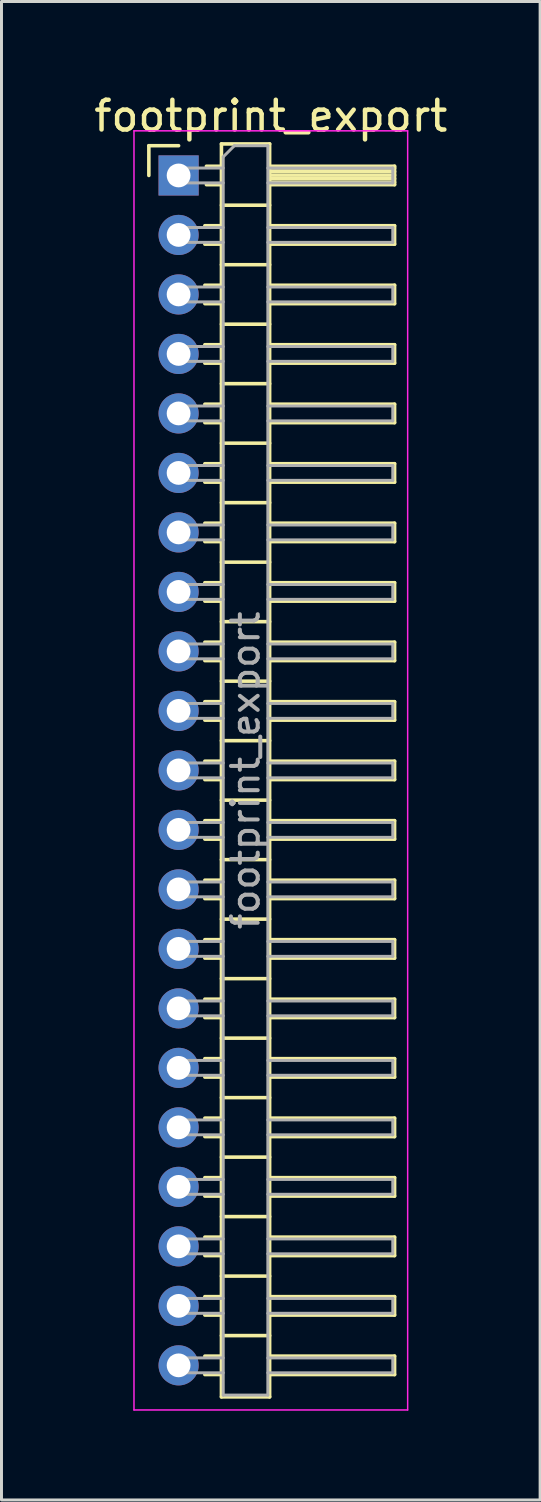
<source format=kicad_pcb>
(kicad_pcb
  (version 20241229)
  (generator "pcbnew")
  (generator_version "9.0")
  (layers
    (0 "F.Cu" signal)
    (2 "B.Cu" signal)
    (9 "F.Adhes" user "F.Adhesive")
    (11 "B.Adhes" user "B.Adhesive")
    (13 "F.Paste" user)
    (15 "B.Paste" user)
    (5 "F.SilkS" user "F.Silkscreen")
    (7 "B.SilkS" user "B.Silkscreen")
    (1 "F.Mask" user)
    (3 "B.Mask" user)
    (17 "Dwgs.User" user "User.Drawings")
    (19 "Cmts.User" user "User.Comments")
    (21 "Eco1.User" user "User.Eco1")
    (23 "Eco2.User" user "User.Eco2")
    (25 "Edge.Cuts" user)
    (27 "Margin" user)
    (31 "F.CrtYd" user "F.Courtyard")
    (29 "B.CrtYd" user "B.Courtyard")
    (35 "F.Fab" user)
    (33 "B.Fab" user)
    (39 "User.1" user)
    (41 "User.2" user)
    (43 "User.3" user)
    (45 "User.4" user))
  (footprint "footprint_export"
    (layer "F.Cu")
    (at 2.954 2.848)
    (property "Reference" "footprint_export" (at 3.1 -2 0) (layer "F.SilkS") (effects (font (size 1 1) (thickness 0.15))))
    (attr through_hole)
    (fp_line (start -1 -1) (end 0 -1) (stroke (width 0.12) (type solid)) (layer "F.SilkS"))
    (fp_line (start -1 0) (end -1 -1) (stroke (width 0.12) (type solid)) (layer "F.SilkS"))
    (fp_line (start 0.882 1.69) (end 1.44 1.69) (stroke (width 0.12) (type solid)) (layer "F.SilkS"))
    (fp_line (start 0.882 2.31) (end 1.44 2.31) (stroke (width 0.12) (type solid)) (layer "F.SilkS"))
    (fp_line (start 0.882 3.69) (end 1.44 3.69) (stroke (width 0.12) (type solid)) (layer "F.SilkS"))
    (fp_line (start 0.882 4.31) (end 1.44 4.31) (stroke (width 0.12) (type solid)) (layer "F.SilkS"))
    (fp_line (start 0.882 5.69) (end 1.44 5.69) (stroke (width 0.12) (type solid)) (layer "F.SilkS"))
    (fp_line (start 0.882 6.31) (end 1.44 6.31) (stroke (width 0.12) (type solid)) (layer "F.SilkS"))
    (fp_line (start 0.882 7.69) (end 1.44 7.69) (stroke (width 0.12) (type solid)) (layer "F.SilkS"))
    (fp_line (start 0.882 8.31) (end 1.44 8.31) (stroke (width 0.12) (type solid)) (layer "F.SilkS"))
    (fp_line (start 0.882 9.69) (end 1.44 9.69) (stroke (width 0.12) (type solid)) (layer "F.SilkS"))
    (fp_line (start 0.882 10.31) (end 1.44 10.31) (stroke (width 0.12) (type solid)) (layer "F.SilkS"))
    (fp_line (start 0.882 11.69) (end 1.44 11.69) (stroke (width 0.12) (type solid)) (layer "F.SilkS"))
    (fp_line (start 0.882 12.31) (end 1.44 12.31) (stroke (width 0.12) (type solid)) (layer "F.SilkS"))
    (fp_line (start 0.882 13.69) (end 1.44 13.69) (stroke (width 0.12) (type solid)) (layer "F.SilkS"))
    (fp_line (start 0.882 14.31) (end 1.44 14.31) (stroke (width 0.12) (type solid)) (layer "F.SilkS"))
    (fp_line (start 0.882 15.69) (end 1.44 15.69) (stroke (width 0.12) (type solid)) (layer "F.SilkS"))
    (fp_line (start 0.882 16.31) (end 1.44 16.31) (stroke (width 0.12) (type solid)) (layer "F.SilkS"))
    (fp_line (start 0.882 17.69) (end 1.44 17.69) (stroke (width 0.12) (type solid)) (layer "F.SilkS"))
    (fp_line (start 0.882 18.31) (end 1.44 18.31) (stroke (width 0.12) (type solid)) (layer "F.SilkS"))
    (fp_line (start 0.882 19.69) (end 1.44 19.69) (stroke (width 0.12) (type solid)) (layer "F.SilkS"))
    (fp_line (start 0.882 20.31) (end 1.44 20.31) (stroke (width 0.12) (type solid)) (layer "F.SilkS"))
    (fp_line (start 0.882 21.69) (end 1.44 21.69) (stroke (width 0.12) (type solid)) (layer "F.SilkS"))
    (fp_line (start 0.882 22.31) (end 1.44 22.31) (stroke (width 0.12) (type solid)) (layer "F.SilkS"))
    (fp_line (start 0.882 23.69) (end 1.44 23.69) (stroke (width 0.12) (type solid)) (layer "F.SilkS"))
    (fp_line (start 0.882 24.31) (end 1.44 24.31) (stroke (width 0.12) (type solid)) (layer "F.SilkS"))
    (fp_line (start 0.882 25.69) (end 1.44 25.69) (stroke (width 0.12) (type solid)) (layer "F.SilkS"))
    (fp_line (start 0.882 26.31) (end 1.44 26.31) (stroke (width 0.12) (type solid)) (layer "F.SilkS"))
    (fp_line (start 0.882 27.69) (end 1.44 27.69) (stroke (width 0.12) (type solid)) (layer "F.SilkS"))
    (fp_line (start 0.882 28.31) (end 1.44 28.31) (stroke (width 0.12) (type solid)) (layer "F.SilkS"))
    (fp_line (start 0.882 29.69) (end 1.44 29.69) (stroke (width 0.12) (type solid)) (layer "F.SilkS"))
    (fp_line (start 0.882 30.31) (end 1.44 30.31) (stroke (width 0.12) (type solid)) (layer "F.SilkS"))
    (fp_line (start 0.882 31.69) (end 1.44 31.69) (stroke (width 0.12) (type solid)) (layer "F.SilkS"))
    (fp_line (start 0.882 32.31) (end 1.44 32.31) (stroke (width 0.12) (type solid)) (layer "F.SilkS"))
    (fp_line (start 0.882 33.69) (end 1.44 33.69) (stroke (width 0.12) (type solid)) (layer "F.SilkS"))
    (fp_line (start 0.882 34.31) (end 1.44 34.31) (stroke (width 0.12) (type solid)) (layer "F.SilkS"))
    (fp_line (start 0.882 35.69) (end 1.44 35.69) (stroke (width 0.12) (type solid)) (layer "F.SilkS"))
    (fp_line (start 0.882 36.31) (end 1.44 36.31) (stroke (width 0.12) (type solid)) (layer "F.SilkS"))
    (fp_line (start 0.882 37.69) (end 1.44 37.69) (stroke (width 0.12) (type solid)) (layer "F.SilkS"))
    (fp_line (start 0.882 38.31) (end 1.44 38.31) (stroke (width 0.12) (type solid)) (layer "F.SilkS"))
    (fp_line (start 0.882 39.69) (end 1.44 39.69) (stroke (width 0.12) (type solid)) (layer "F.SilkS"))
    (fp_line (start 0.882 40.31) (end 1.44 40.31) (stroke (width 0.12) (type solid)) (layer "F.SilkS"))
    (fp_line (start 0.935 -0.31) (end 1.44 -0.31) (stroke (width 0.12) (type solid)) (layer "F.SilkS"))
    (fp_line (start 0.935 0.31) (end 1.44 0.31) (stroke (width 0.12) (type solid)) (layer "F.SilkS"))
    (fp_line (start 1.44 -1.06) (end 1.44 41.06) (stroke (width 0.12) (type solid)) (layer "F.SilkS"))
    (fp_line (start 1.44 1) (end 3.06 1) (stroke (width 0.12) (type solid)) (layer "F.SilkS"))
    (fp_line (start 1.44 3) (end 3.06 3) (stroke (width 0.12) (type solid)) (layer "F.SilkS"))
    (fp_line (start 1.44 5) (end 3.06 5) (stroke (width 0.12) (type solid)) (layer "F.SilkS"))
    (fp_line (start 1.44 7) (end 3.06 7) (stroke (width 0.12) (type solid)) (layer "F.SilkS"))
    (fp_line (start 1.44 9) (end 3.06 9) (stroke (width 0.12) (type solid)) (layer "F.SilkS"))
    (fp_line (start 1.44 11) (end 3.06 11) (stroke (width 0.12) (type solid)) (layer "F.SilkS"))
    (fp_line (start 1.44 13) (end 3.06 13) (stroke (width 0.12) (type solid)) (layer "F.SilkS"))
    (fp_line (start 1.44 15) (end 3.06 15) (stroke (width 0.12) (type solid)) (layer "F.SilkS"))
    (fp_line (start 1.44 17) (end 3.06 17) (stroke (width 0.12) (type solid)) (layer "F.SilkS"))
    (fp_line (start 1.44 19) (end 3.06 19) (stroke (width 0.12) (type solid)) (layer "F.SilkS"))
    (fp_line (start 1.44 21) (end 3.06 21) (stroke (width 0.12) (type solid)) (layer "F.SilkS"))
    (fp_line (start 1.44 23) (end 3.06 23) (stroke (width 0.12) (type solid)) (layer "F.SilkS"))
    (fp_line (start 1.44 25) (end 3.06 25) (stroke (width 0.12) (type solid)) (layer "F.SilkS"))
    (fp_line (start 1.44 27) (end 3.06 27) (stroke (width 0.12) (type solid)) (layer "F.SilkS"))
    (fp_line (start 1.44 29) (end 3.06 29) (stroke (width 0.12) (type solid)) (layer "F.SilkS"))
    (fp_line (start 1.44 31) (end 3.06 31) (stroke (width 0.12) (type solid)) (layer "F.SilkS"))
    (fp_line (start 1.44 33) (end 3.06 33) (stroke (width 0.12) (type solid)) (layer "F.SilkS"))
    (fp_line (start 1.44 35) (end 3.06 35) (stroke (width 0.12) (type solid)) (layer "F.SilkS"))
    (fp_line (start 1.44 37) (end 3.06 37) (stroke (width 0.12) (type solid)) (layer "F.SilkS"))
    (fp_line (start 1.44 39) (end 3.06 39) (stroke (width 0.12) (type solid)) (layer "F.SilkS"))
    (fp_line (start 1.44 41.06) (end 3.06 41.06) (stroke (width 0.12) (type solid)) (layer "F.SilkS"))
    (fp_line (start 3.06 -1.06) (end 1.44 -1.06) (stroke (width 0.12) (type solid)) (layer "F.SilkS"))
    (fp_line (start 3.06 -0.31) (end 7.26 -0.31) (stroke (width 0.12) (type solid)) (layer "F.SilkS"))
    (fp_line (start 3.06 -0.25) (end 7.26 -0.25) (stroke (width 0.12) (type solid)) (layer "F.SilkS"))
    (fp_line (start 3.06 -0.13) (end 7.26 -0.13) (stroke (width 0.12) (type solid)) (layer "F.SilkS"))
    (fp_line (start 3.06 -0.01) (end 7.26 -0.01) (stroke (width 0.12) (type solid)) (layer "F.SilkS"))
    (fp_line (start 3.06 0.11) (end 7.26 0.11) (stroke (width 0.12) (type solid)) (layer "F.SilkS"))
    (fp_line (start 3.06 0.23) (end 7.26 0.23) (stroke (width 0.12) (type solid)) (layer "F.SilkS"))
    (fp_line (start 3.06 1.69) (end 7.26 1.69) (stroke (width 0.12) (type solid)) (layer "F.SilkS"))
    (fp_line (start 3.06 3.69) (end 7.26 3.69) (stroke (width 0.12) (type solid)) (layer "F.SilkS"))
    (fp_line (start 3.06 5.69) (end 7.26 5.69) (stroke (width 0.12) (type solid)) (layer "F.SilkS"))
    (fp_line (start 3.06 7.69) (end 7.26 7.69) (stroke (width 0.12) (type solid)) (layer "F.SilkS"))
    (fp_line (start 3.06 9.69) (end 7.26 9.69) (stroke (width 0.12) (type solid)) (layer "F.SilkS"))
    (fp_line (start 3.06 11.69) (end 7.26 11.69) (stroke (width 0.12) (type solid)) (layer "F.SilkS"))
    (fp_line (start 3.06 13.69) (end 7.26 13.69) (stroke (width 0.12) (type solid)) (layer "F.SilkS"))
    (fp_line (start 3.06 15.69) (end 7.26 15.69) (stroke (width 0.12) (type solid)) (layer "F.SilkS"))
    (fp_line (start 3.06 17.69) (end 7.26 17.69) (stroke (width 0.12) (type solid)) (layer "F.SilkS"))
    (fp_line (start 3.06 19.69) (end 7.26 19.69) (stroke (width 0.12) (type solid)) (layer "F.SilkS"))
    (fp_line (start 3.06 21.69) (end 7.26 21.69) (stroke (width 0.12) (type solid)) (layer "F.SilkS"))
    (fp_line (start 3.06 23.69) (end 7.26 23.69) (stroke (width 0.12) (type solid)) (layer "F.SilkS"))
    (fp_line (start 3.06 25.69) (end 7.26 25.69) (stroke (width 0.12) (type solid)) (layer "F.SilkS"))
    (fp_line (start 3.06 27.69) (end 7.26 27.69) (stroke (width 0.12) (type solid)) (layer "F.SilkS"))
    (fp_line (start 3.06 29.69) (end 7.26 29.69) (stroke (width 0.12) (type solid)) (layer "F.SilkS"))
    (fp_line (start 3.06 31.69) (end 7.26 31.69) (stroke (width 0.12) (type solid)) (layer "F.SilkS"))
    (fp_line (start 3.06 33.69) (end 7.26 33.69) (stroke (width 0.12) (type solid)) (layer "F.SilkS"))
    (fp_line (start 3.06 35.69) (end 7.26 35.69) (stroke (width 0.12) (type solid)) (layer "F.SilkS"))
    (fp_line (start 3.06 37.69) (end 7.26 37.69) (stroke (width 0.12) (type solid)) (layer "F.SilkS"))
    (fp_line (start 3.06 39.69) (end 7.26 39.69) (stroke (width 0.12) (type solid)) (layer "F.SilkS"))
    (fp_line (start 3.06 41.06) (end 3.06 -1.06) (stroke (width 0.12) (type solid)) (layer "F.SilkS"))
    (fp_line (start 7.26 -0.31) (end 7.26 0.31) (stroke (width 0.12) (type solid)) (layer "F.SilkS"))
    (fp_line (start 7.26 0.31) (end 3.06 0.31) (stroke (width 0.12) (type solid)) (layer "F.SilkS"))
    (fp_line (start 7.26 1.69) (end 7.26 2.31) (stroke (width 0.12) (type solid)) (layer "F.SilkS"))
    (fp_line (start 7.26 2.31) (end 3.06 2.31) (stroke (width 0.12) (type solid)) (layer "F.SilkS"))
    (fp_line (start 7.26 3.69) (end 7.26 4.31) (stroke (width 0.12) (type solid)) (layer "F.SilkS"))
    (fp_line (start 7.26 4.31) (end 3.06 4.31) (stroke (width 0.12) (type solid)) (layer "F.SilkS"))
    (fp_line (start 7.26 5.69) (end 7.26 6.31) (stroke (width 0.12) (type solid)) (layer "F.SilkS"))
    (fp_line (start 7.26 6.31) (end 3.06 6.31) (stroke (width 0.12) (type solid)) (layer "F.SilkS"))
    (fp_line (start 7.26 7.69) (end 7.26 8.31) (stroke (width 0.12) (type solid)) (layer "F.SilkS"))
    (fp_line (start 7.26 8.31) (end 3.06 8.31) (stroke (width 0.12) (type solid)) (layer "F.SilkS"))
    (fp_line (start 7.26 9.69) (end 7.26 10.31) (stroke (width 0.12) (type solid)) (layer "F.SilkS"))
    (fp_line (start 7.26 10.31) (end 3.06 10.31) (stroke (width 0.12) (type solid)) (layer "F.SilkS"))
    (fp_line (start 7.26 11.69) (end 7.26 12.31) (stroke (width 0.12) (type solid)) (layer "F.SilkS"))
    (fp_line (start 7.26 12.31) (end 3.06 12.31) (stroke (width 0.12) (type solid)) (layer "F.SilkS"))
    (fp_line (start 7.26 13.69) (end 7.26 14.31) (stroke (width 0.12) (type solid)) (layer "F.SilkS"))
    (fp_line (start 7.26 14.31) (end 3.06 14.31) (stroke (width 0.12) (type solid)) (layer "F.SilkS"))
    (fp_line (start 7.26 15.69) (end 7.26 16.31) (stroke (width 0.12) (type solid)) (layer "F.SilkS"))
    (fp_line (start 7.26 16.31) (end 3.06 16.31) (stroke (width 0.12) (type solid)) (layer "F.SilkS"))
    (fp_line (start 7.26 17.69) (end 7.26 18.31) (stroke (width 0.12) (type solid)) (layer "F.SilkS"))
    (fp_line (start 7.26 18.31) (end 3.06 18.31) (stroke (width 0.12) (type solid)) (layer "F.SilkS"))
    (fp_line (start 7.26 19.69) (end 7.26 20.31) (stroke (width 0.12) (type solid)) (layer "F.SilkS"))
    (fp_line (start 7.26 20.31) (end 3.06 20.31) (stroke (width 0.12) (type solid)) (layer "F.SilkS"))
    (fp_line (start 7.26 21.69) (end 7.26 22.31) (stroke (width 0.12) (type solid)) (layer "F.SilkS"))
    (fp_line (start 7.26 22.31) (end 3.06 22.31) (stroke (width 0.12) (type solid)) (layer "F.SilkS"))
    (fp_line (start 7.26 23.69) (end 7.26 24.31) (stroke (width 0.12) (type solid)) (layer "F.SilkS"))
    (fp_line (start 7.26 24.31) (end 3.06 24.31) (stroke (width 0.12) (type solid)) (layer "F.SilkS"))
    (fp_line (start 7.26 25.69) (end 7.26 26.31) (stroke (width 0.12) (type solid)) (layer "F.SilkS"))
    (fp_line (start 7.26 26.31) (end 3.06 26.31) (stroke (width 0.12) (type solid)) (layer "F.SilkS"))
    (fp_line (start 7.26 27.69) (end 7.26 28.31) (stroke (width 0.12) (type solid)) (layer "F.SilkS"))
    (fp_line (start 7.26 28.31) (end 3.06 28.31) (stroke (width 0.12) (type solid)) (layer "F.SilkS"))
    (fp_line (start 7.26 29.69) (end 7.26 30.31) (stroke (width 0.12) (type solid)) (layer "F.SilkS"))
    (fp_line (start 7.26 30.31) (end 3.06 30.31) (stroke (width 0.12) (type solid)) (layer "F.SilkS"))
    (fp_line (start 7.26 31.69) (end 7.26 32.31) (stroke (width 0.12) (type solid)) (layer "F.SilkS"))
    (fp_line (start 7.26 32.31) (end 3.06 32.31) (stroke (width 0.12) (type solid)) (layer "F.SilkS"))
    (fp_line (start 7.26 33.69) (end 7.26 34.31) (stroke (width 0.12) (type solid)) (layer "F.SilkS"))
    (fp_line (start 7.26 34.31) (end 3.06 34.31) (stroke (width 0.12) (type solid)) (layer "F.SilkS"))
    (fp_line (start 7.26 35.69) (end 7.26 36.31) (stroke (width 0.12) (type solid)) (layer "F.SilkS"))
    (fp_line (start 7.26 36.31) (end 3.06 36.31) (stroke (width 0.12) (type solid)) (layer "F.SilkS"))
    (fp_line (start 7.26 37.69) (end 7.26 38.31) (stroke (width 0.12) (type solid)) (layer "F.SilkS"))
    (fp_line (start 7.26 38.31) (end 3.06 38.31) (stroke (width 0.12) (type solid)) (layer "F.SilkS"))
    (fp_line (start 7.26 39.69) (end 7.26 40.31) (stroke (width 0.12) (type solid)) (layer "F.SilkS"))
    (fp_line (start 7.26 40.31) (end 3.06 40.31) (stroke (width 0.12) (type solid)) (layer "F.SilkS"))
    (fp_line (start -1.5 -1.5) (end -1.5 41.5) (stroke (width 0.05) (type solid)) (layer "F.CrtYd"))
    (fp_line (start -1.5 41.5) (end 7.7 41.5) (stroke (width 0.05) (type solid)) (layer "F.CrtYd"))
    (fp_line (start 7.7 -1.5) (end -1.5 -1.5) (stroke (width 0.05) (type solid)) (layer "F.CrtYd"))
    (fp_line (start 7.7 41.5) (end 7.7 -1.5) (stroke (width 0.05) (type solid)) (layer "F.CrtYd"))
    (fp_line (start -0.25 -0.25) (end -0.25 0.25) (stroke (width 0.1) (type solid)) (layer "F.Fab"))
    (fp_line (start -0.25 -0.25) (end 1.5 -0.25) (stroke (width 0.1) (type solid)) (layer "F.Fab"))
    (fp_line (start -0.25 0.25) (end 1.5 0.25) (stroke (width 0.1) (type solid)) (layer "F.Fab"))
    (fp_line (start -0.25 1.75) (end -0.25 2.25) (stroke (width 0.1) (type solid)) (layer "F.Fab"))
    (fp_line (start -0.25 1.75) (end 1.5 1.75) (stroke (width 0.1) (type solid)) (layer "F.Fab"))
    (fp_line (start -0.25 2.25) (end 1.5 2.25) (stroke (width 0.1) (type solid)) (layer "F.Fab"))
    (fp_line (start -0.25 3.75) (end -0.25 4.25) (stroke (width 0.1) (type solid)) (layer "F.Fab"))
    (fp_line (start -0.25 3.75) (end 1.5 3.75) (stroke (width 0.1) (type solid)) (layer "F.Fab"))
    (fp_line (start -0.25 4.25) (end 1.5 4.25) (stroke (width 0.1) (type solid)) (layer "F.Fab"))
    (fp_line (start -0.25 5.75) (end -0.25 6.25) (stroke (width 0.1) (type solid)) (layer "F.Fab"))
    (fp_line (start -0.25 5.75) (end 1.5 5.75) (stroke (width 0.1) (type solid)) (layer "F.Fab"))
    (fp_line (start -0.25 6.25) (end 1.5 6.25) (stroke (width 0.1) (type solid)) (layer "F.Fab"))
    (fp_line (start -0.25 7.75) (end -0.25 8.25) (stroke (width 0.1) (type solid)) (layer "F.Fab"))
    (fp_line (start -0.25 7.75) (end 1.5 7.75) (stroke (width 0.1) (type solid)) (layer "F.Fab"))
    (fp_line (start -0.25 8.25) (end 1.5 8.25) (stroke (width 0.1) (type solid)) (layer "F.Fab"))
    (fp_line (start -0.25 9.75) (end -0.25 10.25) (stroke (width 0.1) (type solid)) (layer "F.Fab"))
    (fp_line (start -0.25 9.75) (end 1.5 9.75) (stroke (width 0.1) (type solid)) (layer "F.Fab"))
    (fp_line (start -0.25 10.25) (end 1.5 10.25) (stroke (width 0.1) (type solid)) (layer "F.Fab"))
    (fp_line (start -0.25 11.75) (end -0.25 12.25) (stroke (width 0.1) (type solid)) (layer "F.Fab"))
    (fp_line (start -0.25 11.75) (end 1.5 11.75) (stroke (width 0.1) (type solid)) (layer "F.Fab"))
    (fp_line (start -0.25 12.25) (end 1.5 12.25) (stroke (width 0.1) (type solid)) (layer "F.Fab"))
    (fp_line (start -0.25 13.75) (end -0.25 14.25) (stroke (width 0.1) (type solid)) (layer "F.Fab"))
    (fp_line (start -0.25 13.75) (end 1.5 13.75) (stroke (width 0.1) (type solid)) (layer "F.Fab"))
    (fp_line (start -0.25 14.25) (end 1.5 14.25) (stroke (width 0.1) (type solid)) (layer "F.Fab"))
    (fp_line (start -0.25 15.75) (end -0.25 16.25) (stroke (width 0.1) (type solid)) (layer "F.Fab"))
    (fp_line (start -0.25 15.75) (end 1.5 15.75) (stroke (width 0.1) (type solid)) (layer "F.Fab"))
    (fp_line (start -0.25 16.25) (end 1.5 16.25) (stroke (width 0.1) (type solid)) (layer "F.Fab"))
    (fp_line (start -0.25 17.75) (end -0.25 18.25) (stroke (width 0.1) (type solid)) (layer "F.Fab"))
    (fp_line (start -0.25 17.75) (end 1.5 17.75) (stroke (width 0.1) (type solid)) (layer "F.Fab"))
    (fp_line (start -0.25 18.25) (end 1.5 18.25) (stroke (width 0.1) (type solid)) (layer "F.Fab"))
    (fp_line (start -0.25 19.75) (end -0.25 20.25) (stroke (width 0.1) (type solid)) (layer "F.Fab"))
    (fp_line (start -0.25 19.75) (end 1.5 19.75) (stroke (width 0.1) (type solid)) (layer "F.Fab"))
    (fp_line (start -0.25 20.25) (end 1.5 20.25) (stroke (width 0.1) (type solid)) (layer "F.Fab"))
    (fp_line (start -0.25 21.75) (end -0.25 22.25) (stroke (width 0.1) (type solid)) (layer "F.Fab"))
    (fp_line (start -0.25 21.75) (end 1.5 21.75) (stroke (width 0.1) (type solid)) (layer "F.Fab"))
    (fp_line (start -0.25 22.25) (end 1.5 22.25) (stroke (width 0.1) (type solid)) (layer "F.Fab"))
    (fp_line (start -0.25 23.75) (end -0.25 24.25) (stroke (width 0.1) (type solid)) (layer "F.Fab"))
    (fp_line (start -0.25 23.75) (end 1.5 23.75) (stroke (width 0.1) (type solid)) (layer "F.Fab"))
    (fp_line (start -0.25 24.25) (end 1.5 24.25) (stroke (width 0.1) (type solid)) (layer "F.Fab"))
    (fp_line (start -0.25 25.75) (end -0.25 26.25) (stroke (width 0.1) (type solid)) (layer "F.Fab"))
    (fp_line (start -0.25 25.75) (end 1.5 25.75) (stroke (width 0.1) (type solid)) (layer "F.Fab"))
    (fp_line (start -0.25 26.25) (end 1.5 26.25) (stroke (width 0.1) (type solid)) (layer "F.Fab"))
    (fp_line (start -0.25 27.75) (end -0.25 28.25) (stroke (width 0.1) (type solid)) (layer "F.Fab"))
    (fp_line (start -0.25 27.75) (end 1.5 27.75) (stroke (width 0.1) (type solid)) (layer "F.Fab"))
    (fp_line (start -0.25 28.25) (end 1.5 28.25) (stroke (width 0.1) (type solid)) (layer "F.Fab"))
    (fp_line (start -0.25 29.75) (end -0.25 30.25) (stroke (width 0.1) (type solid)) (layer "F.Fab"))
    (fp_line (start -0.25 29.75) (end 1.5 29.75) (stroke (width 0.1) (type solid)) (layer "F.Fab"))
    (fp_line (start -0.25 30.25) (end 1.5 30.25) (stroke (width 0.1) (type solid)) (layer "F.Fab"))
    (fp_line (start -0.25 31.75) (end -0.25 32.25) (stroke (width 0.1) (type solid)) (layer "F.Fab"))
    (fp_line (start -0.25 31.75) (end 1.5 31.75) (stroke (width 0.1) (type solid)) (layer "F.Fab"))
    (fp_line (start -0.25 32.25) (end 1.5 32.25) (stroke (width 0.1) (type solid)) (layer "F.Fab"))
    (fp_line (start -0.25 33.75) (end -0.25 34.25) (stroke (width 0.1) (type solid)) (layer "F.Fab"))
    (fp_line (start -0.25 33.75) (end 1.5 33.75) (stroke (width 0.1) (type solid)) (layer "F.Fab"))
    (fp_line (start -0.25 34.25) (end 1.5 34.25) (stroke (width 0.1) (type solid)) (layer "F.Fab"))
    (fp_line (start -0.25 35.75) (end -0.25 36.25) (stroke (width 0.1) (type solid)) (layer "F.Fab"))
    (fp_line (start -0.25 35.75) (end 1.5 35.75) (stroke (width 0.1) (type solid)) (layer "F.Fab"))
    (fp_line (start -0.25 36.25) (end 1.5 36.25) (stroke (width 0.1) (type solid)) (layer "F.Fab"))
    (fp_line (start -0.25 37.75) (end -0.25 38.25) (stroke (width 0.1) (type solid)) (layer "F.Fab"))
    (fp_line (start -0.25 37.75) (end 1.5 37.75) (stroke (width 0.1) (type solid)) (layer "F.Fab"))
    (fp_line (start -0.25 38.25) (end 1.5 38.25) (stroke (width 0.1) (type solid)) (layer "F.Fab"))
    (fp_line (start -0.25 39.75) (end -0.25 40.25) (stroke (width 0.1) (type solid)) (layer "F.Fab"))
    (fp_line (start -0.25 39.75) (end 1.5 39.75) (stroke (width 0.1) (type solid)) (layer "F.Fab"))
    (fp_line (start -0.25 40.25) (end 1.5 40.25) (stroke (width 0.1) (type solid)) (layer "F.Fab"))
    (fp_line (start 1.5 -0.625) (end 1.875 -1) (stroke (width 0.1) (type solid)) (layer "F.Fab"))
    (fp_line (start 1.5 41) (end 1.5 -0.625) (stroke (width 0.1) (type solid)) (layer "F.Fab"))
    (fp_line (start 1.875 -1) (end 3 -1) (stroke (width 0.1) (type solid)) (layer "F.Fab"))
    (fp_line (start 3 -1) (end 3 41) (stroke (width 0.1) (type solid)) (layer "F.Fab"))
    (fp_line (start 3 -0.25) (end 7.2 -0.25) (stroke (width 0.1) (type solid)) (layer "F.Fab"))
    (fp_line (start 3 0.25) (end 7.2 0.25) (stroke (width 0.1) (type solid)) (layer "F.Fab"))
    (fp_line (start 3 1.75) (end 7.2 1.75) (stroke (width 0.1) (type solid)) (layer "F.Fab"))
    (fp_line (start 3 2.25) (end 7.2 2.25) (stroke (width 0.1) (type solid)) (layer "F.Fab"))
    (fp_line (start 3 3.75) (end 7.2 3.75) (stroke (width 0.1) (type solid)) (layer "F.Fab"))
    (fp_line (start 3 4.25) (end 7.2 4.25) (stroke (width 0.1) (type solid)) (layer "F.Fab"))
    (fp_line (start 3 5.75) (end 7.2 5.75) (stroke (width 0.1) (type solid)) (layer "F.Fab"))
    (fp_line (start 3 6.25) (end 7.2 6.25) (stroke (width 0.1) (type solid)) (layer "F.Fab"))
    (fp_line (start 3 7.75) (end 7.2 7.75) (stroke (width 0.1) (type solid)) (layer "F.Fab"))
    (fp_line (start 3 8.25) (end 7.2 8.25) (stroke (width 0.1) (type solid)) (layer "F.Fab"))
    (fp_line (start 3 9.75) (end 7.2 9.75) (stroke (width 0.1) (type solid)) (layer "F.Fab"))
    (fp_line (start 3 10.25) (end 7.2 10.25) (stroke (width 0.1) (type solid)) (layer "F.Fab"))
    (fp_line (start 3 11.75) (end 7.2 11.75) (stroke (width 0.1) (type solid)) (layer "F.Fab"))
    (fp_line (start 3 12.25) (end 7.2 12.25) (stroke (width 0.1) (type solid)) (layer "F.Fab"))
    (fp_line (start 3 13.75) (end 7.2 13.75) (stroke (width 0.1) (type solid)) (layer "F.Fab"))
    (fp_line (start 3 14.25) (end 7.2 14.25) (stroke (width 0.1) (type solid)) (layer "F.Fab"))
    (fp_line (start 3 15.75) (end 7.2 15.75) (stroke (width 0.1) (type solid)) (layer "F.Fab"))
    (fp_line (start 3 16.25) (end 7.2 16.25) (stroke (width 0.1) (type solid)) (layer "F.Fab"))
    (fp_line (start 3 17.75) (end 7.2 17.75) (stroke (width 0.1) (type solid)) (layer "F.Fab"))
    (fp_line (start 3 18.25) (end 7.2 18.25) (stroke (width 0.1) (type solid)) (layer "F.Fab"))
    (fp_line (start 3 19.75) (end 7.2 19.75) (stroke (width 0.1) (type solid)) (layer "F.Fab"))
    (fp_line (start 3 20.25) (end 7.2 20.25) (stroke (width 0.1) (type solid)) (layer "F.Fab"))
    (fp_line (start 3 21.75) (end 7.2 21.75) (stroke (width 0.1) (type solid)) (layer "F.Fab"))
    (fp_line (start 3 22.25) (end 7.2 22.25) (stroke (width 0.1) (type solid)) (layer "F.Fab"))
    (fp_line (start 3 23.75) (end 7.2 23.75) (stroke (width 0.1) (type solid)) (layer "F.Fab"))
    (fp_line (start 3 24.25) (end 7.2 24.25) (stroke (width 0.1) (type solid)) (layer "F.Fab"))
    (fp_line (start 3 25.75) (end 7.2 25.75) (stroke (width 0.1) (type solid)) (layer "F.Fab"))
    (fp_line (start 3 26.25) (end 7.2 26.25) (stroke (width 0.1) (type solid)) (layer "F.Fab"))
    (fp_line (start 3 27.75) (end 7.2 27.75) (stroke (width 0.1) (type solid)) (layer "F.Fab"))
    (fp_line (start 3 28.25) (end 7.2 28.25) (stroke (width 0.1) (type solid)) (layer "F.Fab"))
    (fp_line (start 3 29.75) (end 7.2 29.75) (stroke (width 0.1) (type solid)) (layer "F.Fab"))
    (fp_line (start 3 30.25) (end 7.2 30.25) (stroke (width 0.1) (type solid)) (layer "F.Fab"))
    (fp_line (start 3 31.75) (end 7.2 31.75) (stroke (width 0.1) (type solid)) (layer "F.Fab"))
    (fp_line (start 3 32.25) (end 7.2 32.25) (stroke (width 0.1) (type solid)) (layer "F.Fab"))
    (fp_line (start 3 33.75) (end 7.2 33.75) (stroke (width 0.1) (type solid)) (layer "F.Fab"))
    (fp_line (start 3 34.25) (end 7.2 34.25) (stroke (width 0.1) (type solid)) (layer "F.Fab"))
    (fp_line (start 3 35.75) (end 7.2 35.75) (stroke (width 0.1) (type solid)) (layer "F.Fab"))
    (fp_line (start 3 36.25) (end 7.2 36.25) (stroke (width 0.1) (type solid)) (layer "F.Fab"))
    (fp_line (start 3 37.75) (end 7.2 37.75) (stroke (width 0.1) (type solid)) (layer "F.Fab"))
    (fp_line (start 3 38.25) (end 7.2 38.25) (stroke (width 0.1) (type solid)) (layer "F.Fab"))
    (fp_line (start 3 39.75) (end 7.2 39.75) (stroke (width 0.1) (type solid)) (layer "F.Fab"))
    (fp_line (start 3 40.25) (end 7.2 40.25) (stroke (width 0.1) (type solid)) (layer "F.Fab"))
    (fp_line (start 3 41) (end 1.5 41) (stroke (width 0.1) (type solid)) (layer "F.Fab"))
    (fp_line (start 7.2 -0.25) (end 7.2 0.25) (stroke (width 0.1) (type solid)) (layer "F.Fab"))
    (fp_line (start 7.2 1.75) (end 7.2 2.25) (stroke (width 0.1) (type solid)) (layer "F.Fab"))
    (fp_line (start 7.2 3.75) (end 7.2 4.25) (stroke (width 0.1) (type solid)) (layer "F.Fab"))
    (fp_line (start 7.2 5.75) (end 7.2 6.25) (stroke (width 0.1) (type solid)) (layer "F.Fab"))
    (fp_line (start 7.2 7.75) (end 7.2 8.25) (stroke (width 0.1) (type solid)) (layer "F.Fab"))
    (fp_line (start 7.2 9.75) (end 7.2 10.25) (stroke (width 0.1) (type solid)) (layer "F.Fab"))
    (fp_line (start 7.2 11.75) (end 7.2 12.25) (stroke (width 0.1) (type solid)) (layer "F.Fab"))
    (fp_line (start 7.2 13.75) (end 7.2 14.25) (stroke (width 0.1) (type solid)) (layer "F.Fab"))
    (fp_line (start 7.2 15.75) (end 7.2 16.25) (stroke (width 0.1) (type solid)) (layer "F.Fab"))
    (fp_line (start 7.2 17.75) (end 7.2 18.25) (stroke (width 0.1) (type solid)) (layer "F.Fab"))
    (fp_line (start 7.2 19.75) (end 7.2 20.25) (stroke (width 0.1) (type solid)) (layer "F.Fab"))
    (fp_line (start 7.2 21.75) (end 7.2 22.25) (stroke (width 0.1) (type solid)) (layer "F.Fab"))
    (fp_line (start 7.2 23.75) (end 7.2 24.25) (stroke (width 0.1) (type solid)) (layer "F.Fab"))
    (fp_line (start 7.2 25.75) (end 7.2 26.25) (stroke (width 0.1) (type solid)) (layer "F.Fab"))
    (fp_line (start 7.2 27.75) (end 7.2 28.25) (stroke (width 0.1) (type solid)) (layer "F.Fab"))
    (fp_line (start 7.2 29.75) (end 7.2 30.25) (stroke (width 0.1) (type solid)) (layer "F.Fab"))
    (fp_line (start 7.2 31.75) (end 7.2 32.25) (stroke (width 0.1) (type solid)) (layer "F.Fab"))
    (fp_line (start 7.2 33.75) (end 7.2 34.25) (stroke (width 0.1) (type solid)) (layer "F.Fab"))
    (fp_line (start 7.2 35.75) (end 7.2 36.25) (stroke (width 0.1) (type solid)) (layer "F.Fab"))
    (fp_line (start 7.2 37.75) (end 7.2 38.25) (stroke (width 0.1) (type solid)) (layer "F.Fab"))
    (fp_line (start 7.2 39.75) (end 7.2 40.25) (stroke (width 0.1) (type solid)) (layer "F.Fab"))
    (fp_text user "${REFERENCE}" (at 2.25 20 90) (layer "F.Fab") (effects (font (size 0.9 0.9) (thickness 0.135))))
    (pad "1" thru_hole rect (at 0 0) (size 1.35 1.35) (drill 0.8) (layers "*.Cu" "*.Mask"))
    (pad "2" thru_hole oval (at 0 2) (size 1.35 1.35) (drill 0.8) (layers "*.Cu" "*.Mask"))
    (pad "3" thru_hole oval (at 0 4) (size 1.35 1.35) (drill 0.8) (layers "*.Cu" "*.Mask"))
    (pad "4" thru_hole oval (at 0 6) (size 1.35 1.35) (drill 0.8) (layers "*.Cu" "*.Mask"))
    (pad "5" thru_hole oval (at 0 8) (size 1.35 1.35) (drill 0.8) (layers "*.Cu" "*.Mask"))
    (pad "6" thru_hole oval (at 0 10) (size 1.35 1.35) (drill 0.8) (layers "*.Cu" "*.Mask"))
    (pad "7" thru_hole oval (at 0 12) (size 1.35 1.35) (drill 0.8) (layers "*.Cu" "*.Mask"))
    (pad "8" thru_hole oval (at 0 14) (size 1.35 1.35) (drill 0.8) (layers "*.Cu" "*.Mask"))
    (pad "9" thru_hole oval (at 0 16) (size 1.35 1.35) (drill 0.8) (layers "*.Cu" "*.Mask"))
    (pad "10" thru_hole oval (at 0 18) (size 1.35 1.35) (drill 0.8) (layers "*.Cu" "*.Mask"))
    (pad "11" thru_hole oval (at 0 20) (size 1.35 1.35) (drill 0.8) (layers "*.Cu" "*.Mask"))
    (pad "12" thru_hole oval (at 0 22) (size 1.35 1.35) (drill 0.8) (layers "*.Cu" "*.Mask"))
    (pad "13" thru_hole oval (at 0 24) (size 1.35 1.35) (drill 0.8) (layers "*.Cu" "*.Mask"))
    (pad "14" thru_hole oval (at 0 26) (size 1.35 1.35) (drill 0.8) (layers "*.Cu" "*.Mask"))
    (pad "15" thru_hole oval (at 0 28) (size 1.35 1.35) (drill 0.8) (layers "*.Cu" "*.Mask"))
    (pad "16" thru_hole oval (at 0 30) (size 1.35 1.35) (drill 0.8) (layers "*.Cu" "*.Mask"))
    (pad "17" thru_hole oval (at 0 32) (size 1.35 1.35) (drill 0.8) (layers "*.Cu" "*.Mask"))
    (pad "18" thru_hole oval (at 0 34) (size 1.35 1.35) (drill 0.8) (layers "*.Cu" "*.Mask"))
    (pad "19" thru_hole oval (at 0 36) (size 1.35 1.35) (drill 0.8) (layers "*.Cu" "*.Mask"))
    (pad "20" thru_hole oval (at 0 38) (size 1.35 1.35) (drill 0.8) (layers "*.Cu" "*.Mask"))
    (pad "21" thru_hole oval (at 0 40) (size 1.35 1.35) (drill 0.8) (layers "*.Cu" "*.Mask")))
  (gr_rect
    (start -3 -3)
    (end 15.107 47.373)
    (stroke (width 0.1) (type default))
    (fill no)
    (layer "Edge.Cuts")))
</source>
